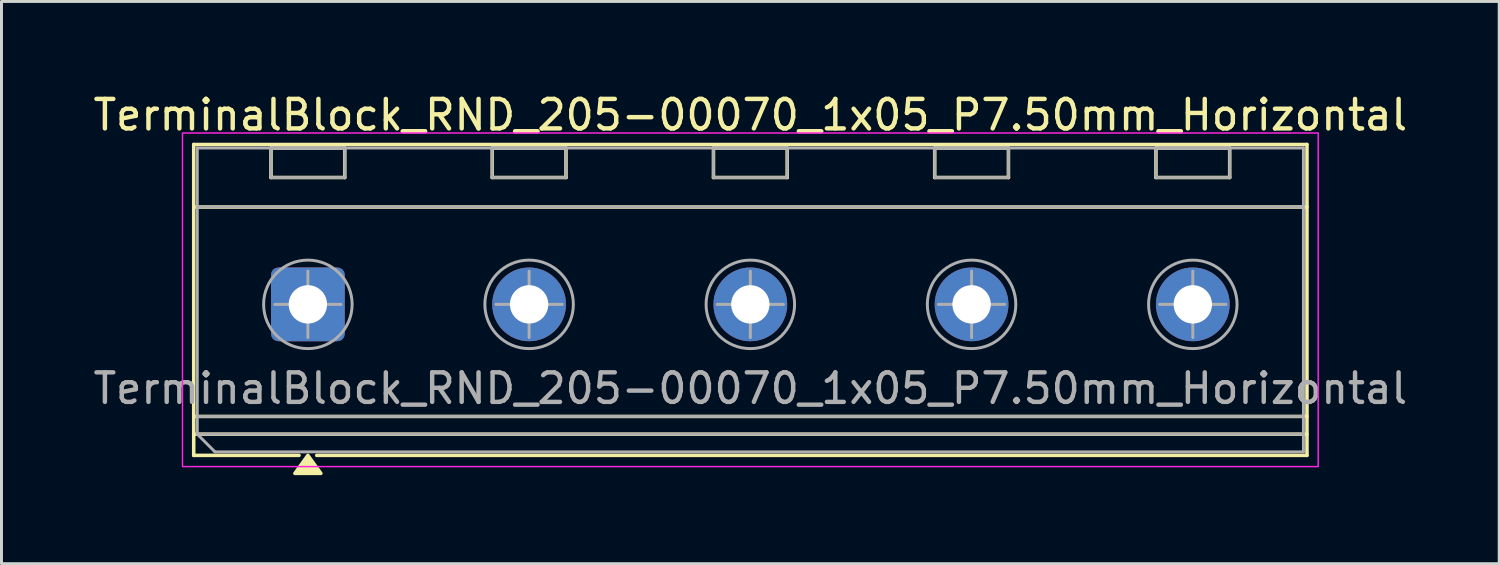
<source format=kicad_pcb>
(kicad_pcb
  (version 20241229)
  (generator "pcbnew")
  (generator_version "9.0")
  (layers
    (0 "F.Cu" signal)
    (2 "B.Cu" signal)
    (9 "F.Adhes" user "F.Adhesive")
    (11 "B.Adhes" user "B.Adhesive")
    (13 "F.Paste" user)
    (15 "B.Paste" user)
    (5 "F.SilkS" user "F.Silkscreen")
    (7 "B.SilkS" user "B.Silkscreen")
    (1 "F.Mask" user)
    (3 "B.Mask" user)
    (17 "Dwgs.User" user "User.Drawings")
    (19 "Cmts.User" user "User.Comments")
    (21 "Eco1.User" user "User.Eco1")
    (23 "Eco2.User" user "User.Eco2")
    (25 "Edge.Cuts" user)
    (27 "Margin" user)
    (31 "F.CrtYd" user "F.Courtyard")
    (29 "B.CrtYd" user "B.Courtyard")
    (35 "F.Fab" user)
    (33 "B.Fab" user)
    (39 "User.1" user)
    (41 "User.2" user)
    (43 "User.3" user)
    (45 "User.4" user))
  (footprint "TerminalBlock_RND_205-00070_1x05_P7.50mm_Horizontal"
    (layer "F.Cu")
    (at 7.387 7.268)
    (property "Reference" "TerminalBlock_RND_205-00070_1x05_P7.50mm_Horizontal" (at 15 -6.42 0) (layer "F.SilkS") (effects (font (size 1 1) (thickness 0.15))))
    (attr through_hole)
    (fp_line (start -3.87 -5.42) (end 33.87 -5.42) (stroke (width 0.12) (type solid)) (layer "F.SilkS"))
    (fp_line (start -3.87 -3.3) (end 33.87 -3.3) (stroke (width 0.12) (type solid)) (layer "F.SilkS"))
    (fp_line (start -3.87 3.8) (end 33.87 3.8) (stroke (width 0.12) (type solid)) (layer "F.SilkS"))
    (fp_line (start -3.87 4.4) (end 33.87 4.4) (stroke (width 0.12) (type solid)) (layer "F.SilkS"))
    (fp_line (start -3.87 5.12) (end -3.87 -5.42) (stroke (width 0.12) (type solid)) (layer "F.SilkS"))
    (fp_line (start -1.25 -5.3) (end 1.25 -5.3) (stroke (width 0.12) (type solid)) (layer "F.SilkS"))
    (fp_line (start -1.25 -4.3) (end -1.25 -5.3) (stroke (width 0.12) (type solid)) (layer "F.SilkS"))
    (fp_line (start -0.3 5.12) (end -3.87 5.12) (stroke (width 0.12) (type solid)) (layer "F.SilkS"))
    (fp_line (start 1.25 -5.3) (end 1.25 -4.3) (stroke (width 0.12) (type solid)) (layer "F.SilkS"))
    (fp_line (start 1.25 -4.3) (end -1.25 -4.3) (stroke (width 0.12) (type solid)) (layer "F.SilkS"))
    (fp_line (start 6.25 -5.3) (end 8.75 -5.3) (stroke (width 0.12) (type solid)) (layer "F.SilkS"))
    (fp_line (start 6.25 -4.3) (end 6.25 -5.3) (stroke (width 0.12) (type solid)) (layer "F.SilkS"))
    (fp_line (start 8.75 -5.3) (end 8.75 -4.3) (stroke (width 0.12) (type solid)) (layer "F.SilkS"))
    (fp_line (start 8.75 -4.3) (end 6.25 -4.3) (stroke (width 0.12) (type solid)) (layer "F.SilkS"))
    (fp_line (start 13.75 -5.3) (end 16.25 -5.3) (stroke (width 0.12) (type solid)) (layer "F.SilkS"))
    (fp_line (start 13.75 -4.3) (end 13.75 -5.3) (stroke (width 0.12) (type solid)) (layer "F.SilkS"))
    (fp_line (start 16.25 -5.3) (end 16.25 -4.3) (stroke (width 0.12) (type solid)) (layer "F.SilkS"))
    (fp_line (start 16.25 -4.3) (end 13.75 -4.3) (stroke (width 0.12) (type solid)) (layer "F.SilkS"))
    (fp_line (start 21.25 -5.3) (end 23.75 -5.3) (stroke (width 0.12) (type solid)) (layer "F.SilkS"))
    (fp_line (start 21.25 -4.3) (end 21.25 -5.3) (stroke (width 0.12) (type solid)) (layer "F.SilkS"))
    (fp_line (start 23.75 -5.3) (end 23.75 -4.3) (stroke (width 0.12) (type solid)) (layer "F.SilkS"))
    (fp_line (start 23.75 -4.3) (end 21.25 -4.3) (stroke (width 0.12) (type solid)) (layer "F.SilkS"))
    (fp_line (start 28.75 -5.3) (end 31.25 -5.3) (stroke (width 0.12) (type solid)) (layer "F.SilkS"))
    (fp_line (start 28.75 -4.3) (end 28.75 -5.3) (stroke (width 0.12) (type solid)) (layer "F.SilkS"))
    (fp_line (start 31.25 -5.3) (end 31.25 -4.3) (stroke (width 0.12) (type solid)) (layer "F.SilkS"))
    (fp_line (start 31.25 -4.3) (end 28.75 -4.3) (stroke (width 0.12) (type solid)) (layer "F.SilkS"))
    (fp_line (start 33.87 -5.42) (end 33.87 5.12) (stroke (width 0.12) (type solid)) (layer "F.SilkS"))
    (fp_line (start 33.87 5.12) (end 0.3 5.12) (stroke (width 0.12) (type solid)) (layer "F.SilkS"))
    (fp_poly (pts (xy 0 5.12) (xy 0.44 5.73) (xy -0.44 5.73)) (stroke (width 0.12) (type solid)) (fill yes) (layer "F.SilkS"))
    (fp_rect (start -4.25 -5.81) (end 34.25 5.5) (stroke (width 0.05) (type solid)) (fill no) (layer "F.CrtYd"))
    (fp_line (start -3.75 -5.3) (end 33.75 -5.3) (stroke (width 0.1) (type solid)) (layer "F.Fab"))
    (fp_line (start -3.75 -3.3) (end 33.75 -3.3) (stroke (width 0.1) (type solid)) (layer "F.Fab"))
    (fp_line (start -3.75 3.8) (end 33.75 3.8) (stroke (width 0.1) (type solid)) (layer "F.Fab"))
    (fp_line (start -3.75 4.4) (end -3.75 -5.3) (stroke (width 0.1) (type solid)) (layer "F.Fab"))
    (fp_line (start -3.75 4.4) (end 33.75 4.4) (stroke (width 0.1) (type solid)) (layer "F.Fab"))
    (fp_line (start -3.15 5) (end -3.75 4.4) (stroke (width 0.1) (type solid)) (layer "F.Fab"))
    (fp_line (start -1.125 0) (end 1.125 0) (stroke (width 0.1) (type solid)) (layer "F.Fab"))
    (fp_line (start 0 -1.125) (end 0 1.125) (stroke (width 0.1) (type solid)) (layer "F.Fab"))
    (fp_line (start 6.375 0) (end 8.625 0) (stroke (width 0.1) (type solid)) (layer "F.Fab"))
    (fp_line (start 7.5 -1.125) (end 7.5 1.125) (stroke (width 0.1) (type solid)) (layer "F.Fab"))
    (fp_line (start 13.875 0) (end 16.125 0) (stroke (width 0.1) (type solid)) (layer "F.Fab"))
    (fp_line (start 15 -1.125) (end 15 1.125) (stroke (width 0.1) (type solid)) (layer "F.Fab"))
    (fp_line (start 21.375 0) (end 23.625 0) (stroke (width 0.1) (type solid)) (layer "F.Fab"))
    (fp_line (start 22.5 -1.125) (end 22.5 1.125) (stroke (width 0.1) (type solid)) (layer "F.Fab"))
    (fp_line (start 28.875 0) (end 31.125 0) (stroke (width 0.1) (type solid)) (layer "F.Fab"))
    (fp_line (start 30 -1.125) (end 30 1.125) (stroke (width 0.1) (type solid)) (layer "F.Fab"))
    (fp_line (start 33.75 -5.3) (end 33.75 5) (stroke (width 0.1) (type solid)) (layer "F.Fab"))
    (fp_line (start 33.75 5) (end -3.15 5) (stroke (width 0.1) (type solid)) (layer "F.Fab"))
    (fp_rect (start -1.25 -5.3) (end 1.25 -4.3) (stroke (width 0.1) (type solid)) (fill no) (layer "F.Fab"))
    (fp_rect (start 6.25 -5.3) (end 8.75 -4.3) (stroke (width 0.1) (type solid)) (fill no) (layer "F.Fab"))
    (fp_rect (start 13.75 -5.3) (end 16.25 -4.3) (stroke (width 0.1) (type solid)) (fill no) (layer "F.Fab"))
    (fp_rect (start 21.25 -5.3) (end 23.75 -4.3) (stroke (width 0.1) (type solid)) (fill no) (layer "F.Fab"))
    (fp_rect (start 28.75 -5.3) (end 31.25 -4.3) (stroke (width 0.1) (type solid)) (fill no) (layer "F.Fab"))
    (fp_circle (center 0 0) (end 1.5 0) (stroke (width 0.1) (type solid)) (fill no) (layer "F.Fab"))
    (fp_circle (center 7.5 0) (end 9 0) (stroke (width 0.1) (type solid)) (fill no) (layer "F.Fab"))
    (fp_circle (center 15 0) (end 16.5 0) (stroke (width 0.1) (type solid)) (fill no) (layer "F.Fab"))
    (fp_circle (center 22.5 0) (end 24 0) (stroke (width 0.1) (type solid)) (fill no) (layer "F.Fab"))
    (fp_circle (center 30 0) (end 31.5 0) (stroke (width 0.1) (type solid)) (fill no) (layer "F.Fab"))
    (fp_text user "${REFERENCE}" (at 15 2.85 0) (layer "F.Fab") (effects (font (size 1 1) (thickness 0.15))))
    (pad "1" thru_hole roundrect (at 0 0) (size 2.5 2.5) (drill 1.3) (layers "*.Cu" "*.Mask") (roundrect_rratio 0.1))
    (pad "2" thru_hole circle (at 7.5 0) (size 2.5 2.5) (drill 1.3) (layers "*.Cu" "*.Mask"))
    (pad "3" thru_hole circle (at 15 0) (size 2.5 2.5) (drill 1.3) (layers "*.Cu" "*.Mask"))
    (pad "4" thru_hole circle (at 22.5 0) (size 2.5 2.5) (drill 1.3) (layers "*.Cu" "*.Mask"))
    (pad "5" thru_hole circle (at 30 0) (size 2.5 2.5) (drill 1.3) (layers "*.Cu" "*.Mask")))
  (gr_rect
    (start -3 -3)
    (end 47.774 16.058)
    (stroke (width 0.1) (type default))
    (fill no)
    (layer "Edge.Cuts")))
</source>
